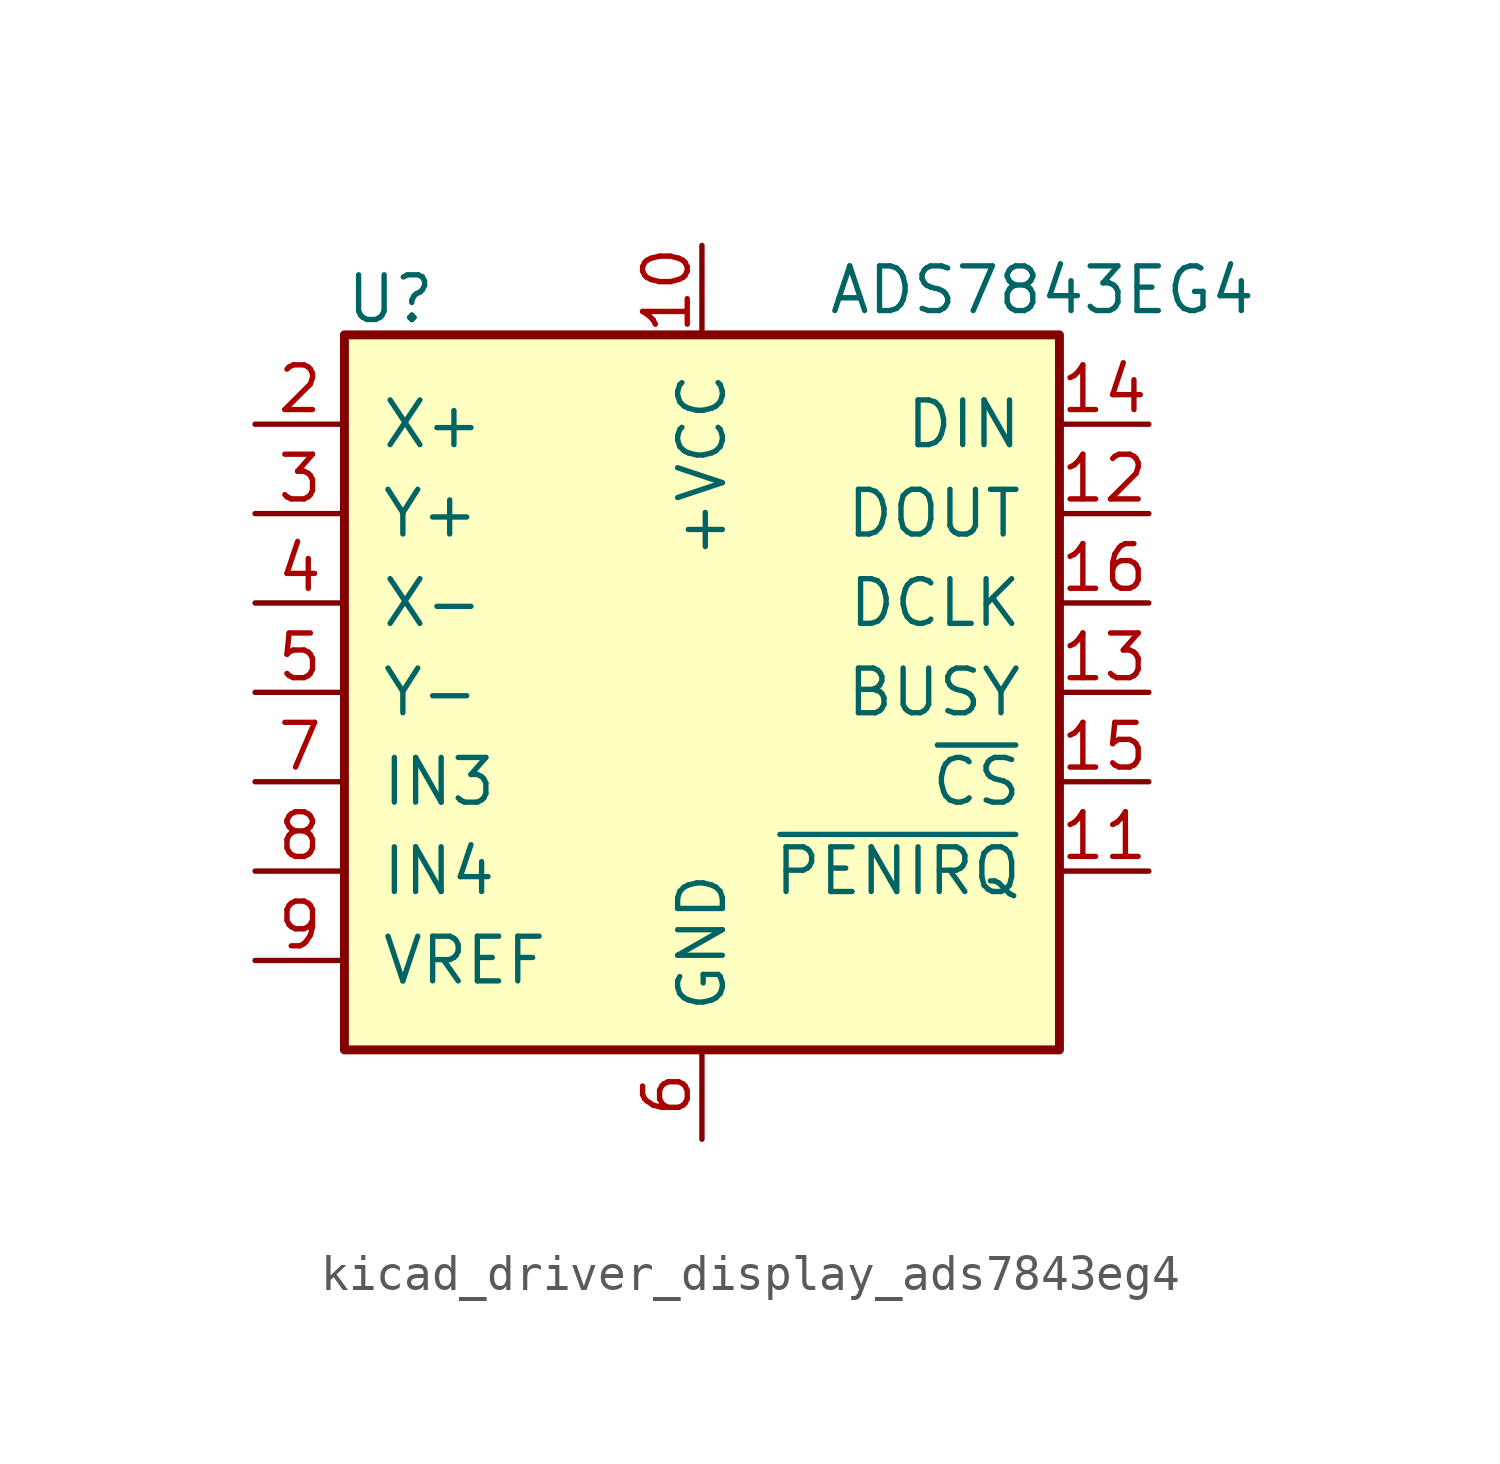
<source format=kicad_sym>
(kicad_symbol_lib
  (version 20220914)
  (generator kicad_symbol_editor)
  (symbol "kicad_driver_display_ads7843eg4"
    (pin_names
      (offset 1.016))
    (property "Reference" "U"
      (at -10.16 11.176 0)
      (effects (font (size 1.27 1.27)) (justify left)))
    (property "Value" "ADS7843EG4"
      (at 3.556 11.43 0)
      (effects (font (size 1.27 1.27)) (justify left)))
    (symbol "kicad_driver_display_ads7843eg4_0_1"
      (rectangle (start -10.16 10.16) (end 10.16 -10.16) (stroke (width 0.254) (type default)) (fill (type background))))
    (symbol "kicad_driver_display_ads7843eg4_1_1"
      (pin passive line (at 0 12.7 270) (length 2.54) hide (name "+VCC" (effects (font (size 1.27 1.27)))) (number "1" (effects (font (size 1.27 1.27)))))
      (pin power_in line (at 0 12.7 270) (length 2.54) (name "+VCC" (effects (font (size 1.27 1.27)))) (number "10" (effects (font (size 1.27 1.27)))))
      (pin open_collector line (at 12.7 -5.08 180) (length 2.54) (name "~{PENIRQ}" (effects (font (size 1.27 1.27)))) (number "11" (effects (font (size 1.27 1.27)))))
      (pin output line (at 12.7 5.08 180) (length 2.54) (name "DOUT" (effects (font (size 1.27 1.27)))) (number "12" (effects (font (size 1.27 1.27)))))
      (pin output line (at 12.7 0 180) (length 2.54) (name "BUSY" (effects (font (size 1.27 1.27)))) (number "13" (effects (font (size 1.27 1.27)))))
      (pin input line (at 12.7 7.62 180) (length 2.54) (name "DIN" (effects (font (size 1.27 1.27)))) (number "14" (effects (font (size 1.27 1.27)))))
      (pin input line (at 12.7 -2.54 180) (length 2.54) (name "~{CS}" (effects (font (size 1.27 1.27)))) (number "15" (effects (font (size 1.27 1.27)))))
      (pin input line (at 12.7 2.54 180) (length 2.54) (name "DCLK" (effects (font (size 1.27 1.27)))) (number "16" (effects (font (size 1.27 1.27)))))
      (pin input line (at -12.7 7.62 0) (length 2.54) (name "X+" (effects (font (size 1.27 1.27)))) (number "2" (effects (font (size 1.27 1.27)))))
      (pin input line (at -12.7 5.08 0) (length 2.54) (name "Y+" (effects (font (size 1.27 1.27)))) (number "3" (effects (font (size 1.27 1.27)))))
      (pin input line (at -12.7 2.54 0) (length 2.54) (name "X-" (effects (font (size 1.27 1.27)))) (number "4" (effects (font (size 1.27 1.27)))))
      (pin input line (at -12.7 0 0) (length 2.54) (name "Y-" (effects (font (size 1.27 1.27)))) (number "5" (effects (font (size 1.27 1.27)))))
      (pin power_in line (at 0 -12.7 90) (length 2.54) (name "GND" (effects (font (size 1.27 1.27)))) (number "6" (effects (font (size 1.27 1.27)))))
      (pin input line (at -12.7 -2.54 0) (length 2.54) (name "IN3" (effects (font (size 1.27 1.27)))) (number "7" (effects (font (size 1.27 1.27)))))
      (pin input line (at -12.7 -5.08 0) (length 2.54) (name "IN4" (effects (font (size 1.27 1.27)))) (number "8" (effects (font (size 1.27 1.27)))))
      (pin input line (at -12.7 -7.62 0) (length 2.54) (name "VREF" (effects (font (size 1.27 1.27)))) (number "9" (effects (font (size 1.27 1.27))))))))
</source>
